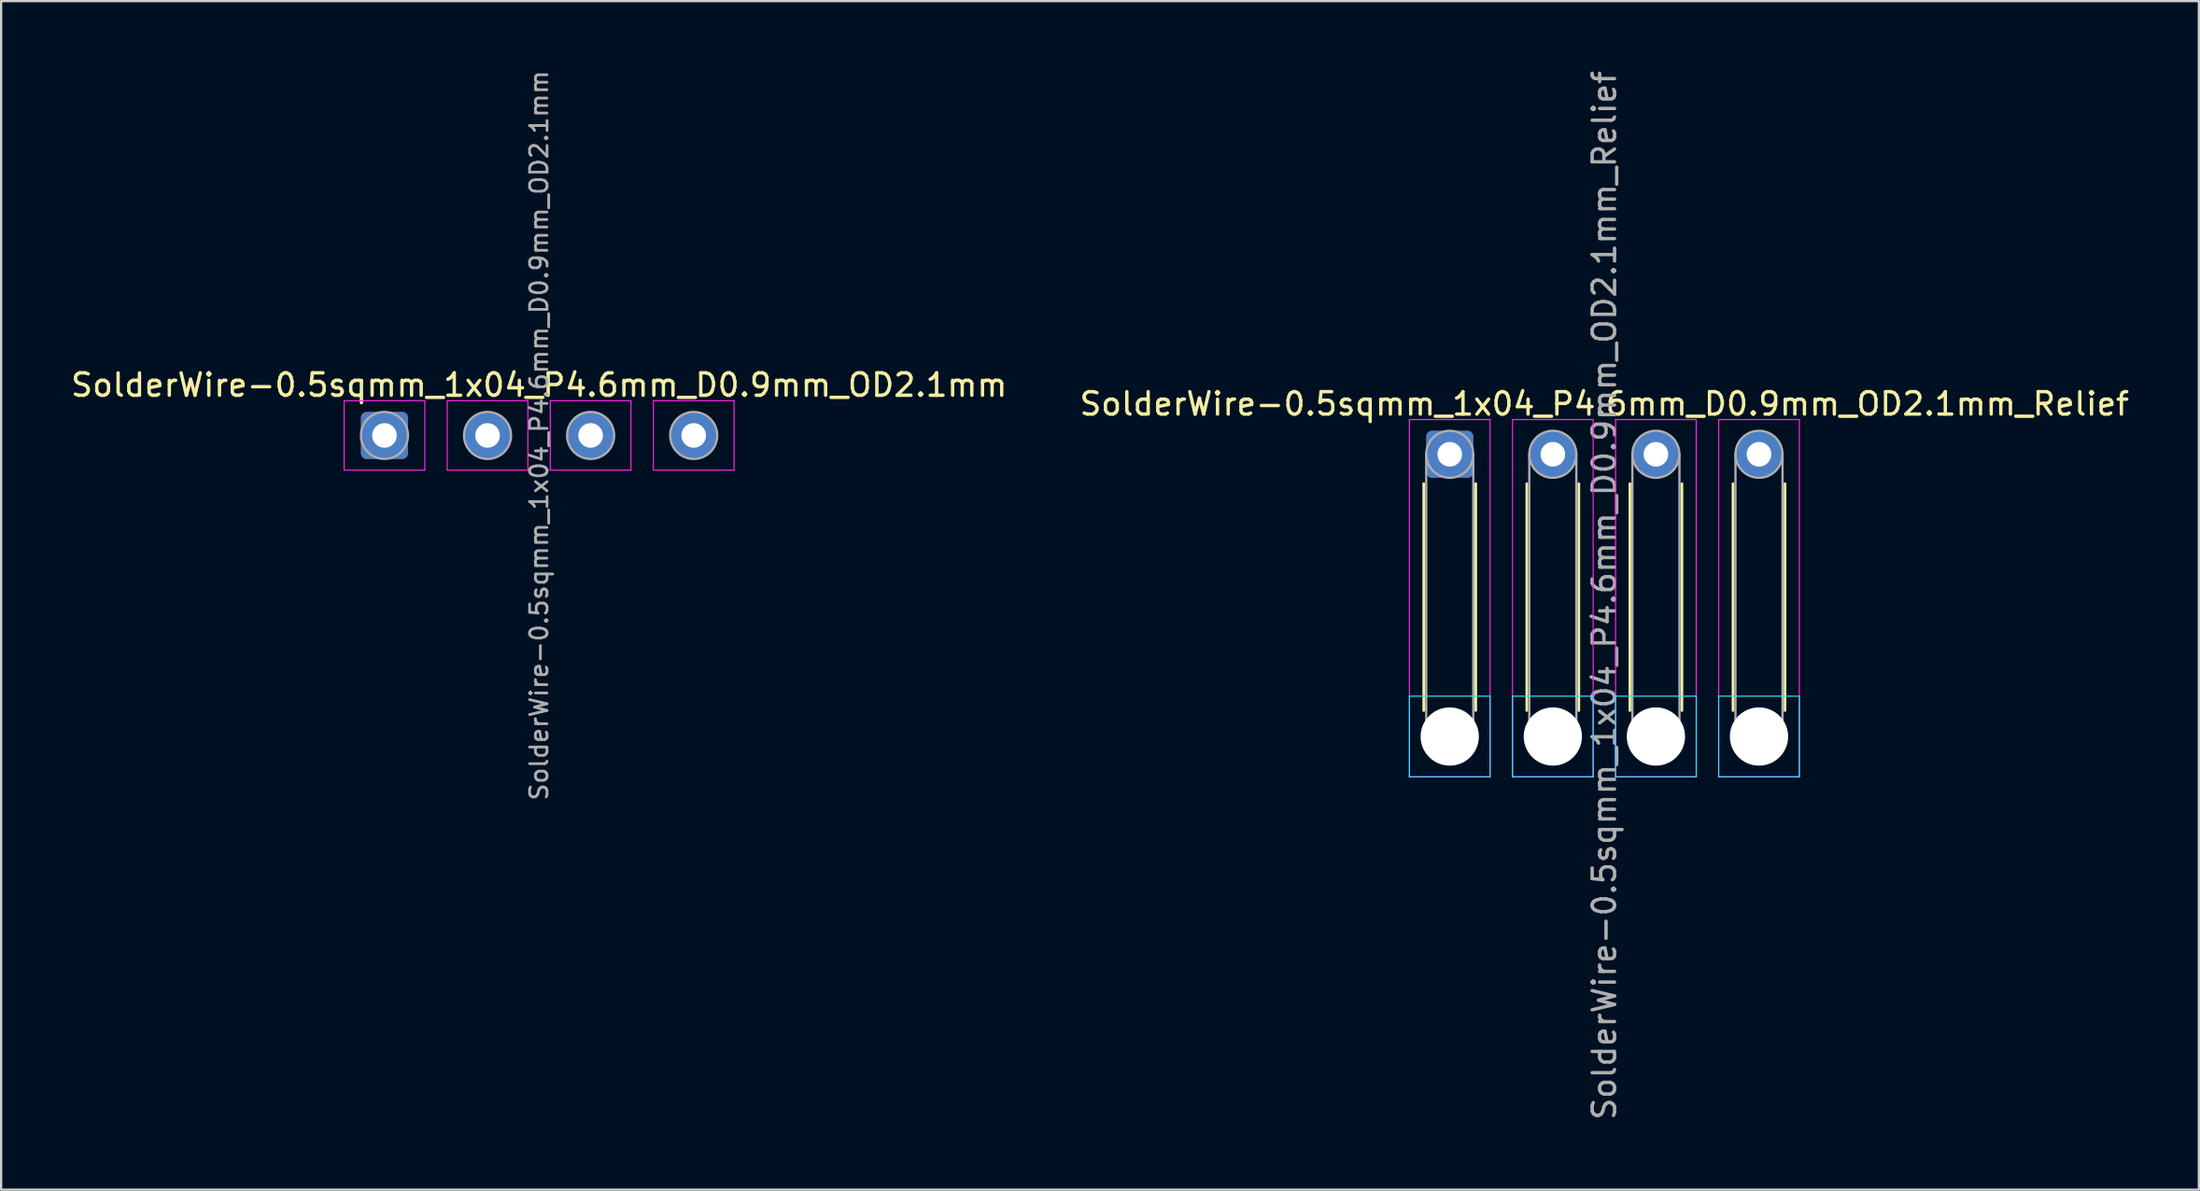
<source format=kicad_pcb>
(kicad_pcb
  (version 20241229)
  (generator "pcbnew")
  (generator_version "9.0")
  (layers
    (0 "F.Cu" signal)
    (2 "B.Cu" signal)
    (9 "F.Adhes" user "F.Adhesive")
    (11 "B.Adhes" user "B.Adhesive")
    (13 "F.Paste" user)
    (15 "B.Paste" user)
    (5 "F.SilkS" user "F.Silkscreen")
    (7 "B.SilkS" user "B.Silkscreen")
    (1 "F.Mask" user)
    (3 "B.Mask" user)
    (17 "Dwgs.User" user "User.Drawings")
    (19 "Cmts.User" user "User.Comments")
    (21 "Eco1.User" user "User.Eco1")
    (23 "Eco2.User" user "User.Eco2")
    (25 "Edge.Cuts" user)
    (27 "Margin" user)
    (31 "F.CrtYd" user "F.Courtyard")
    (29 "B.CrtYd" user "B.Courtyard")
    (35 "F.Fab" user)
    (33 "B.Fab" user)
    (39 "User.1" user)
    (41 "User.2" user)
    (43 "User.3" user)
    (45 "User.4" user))
  (footprint "SolderWire-0.5sqmm_1x04_P4.6mm_D0.9mm_OD2.1mm"
    (layer "F.Cu")
    (at 14.106 16.389)
    (property "Reference" "SolderWire-0.5sqmm_1x04_P4.6mm_D0.9mm_OD2.1mm" (at 6.9 -2.25 0) (layer "F.SilkS") (effects (font (size 1 1) (thickness 0.15))))
    (attr exclude_from_pos_files exclude_from_bom)
    (fp_line (start -1.8 -1.55) (end -1.8 1.55) (stroke (width 0.05) (type solid)) (layer "F.CrtYd"))
    (fp_line (start -1.8 1.55) (end 1.8 1.55) (stroke (width 0.05) (type solid)) (layer "F.CrtYd"))
    (fp_line (start 1.8 -1.55) (end -1.8 -1.55) (stroke (width 0.05) (type solid)) (layer "F.CrtYd"))
    (fp_line (start 1.8 1.55) (end 1.8 -1.55) (stroke (width 0.05) (type solid)) (layer "F.CrtYd"))
    (fp_line (start 2.8 -1.55) (end 2.8 1.55) (stroke (width 0.05) (type solid)) (layer "F.CrtYd"))
    (fp_line (start 2.8 1.55) (end 6.4 1.55) (stroke (width 0.05) (type solid)) (layer "F.CrtYd"))
    (fp_line (start 6.4 -1.55) (end 2.8 -1.55) (stroke (width 0.05) (type solid)) (layer "F.CrtYd"))
    (fp_line (start 6.4 1.55) (end 6.4 -1.55) (stroke (width 0.05) (type solid)) (layer "F.CrtYd"))
    (fp_line (start 7.4 -1.55) (end 7.4 1.55) (stroke (width 0.05) (type solid)) (layer "F.CrtYd"))
    (fp_line (start 7.4 1.55) (end 11 1.55) (stroke (width 0.05) (type solid)) (layer "F.CrtYd"))
    (fp_line (start 11 -1.55) (end 7.4 -1.55) (stroke (width 0.05) (type solid)) (layer "F.CrtYd"))
    (fp_line (start 11 1.55) (end 11 -1.55) (stroke (width 0.05) (type solid)) (layer "F.CrtYd"))
    (fp_line (start 12 -1.55) (end 12 1.55) (stroke (width 0.05) (type solid)) (layer "F.CrtYd"))
    (fp_line (start 12 1.55) (end 15.6 1.55) (stroke (width 0.05) (type solid)) (layer "F.CrtYd"))
    (fp_line (start 15.6 -1.55) (end 12 -1.55) (stroke (width 0.05) (type solid)) (layer "F.CrtYd"))
    (fp_line (start 15.6 1.55) (end 15.6 -1.55) (stroke (width 0.05) (type solid)) (layer "F.CrtYd"))
    (fp_circle (center 0 0) (end 1.05 0) (stroke (width 0.1) (type solid)) (fill no) (layer "F.Fab"))
    (fp_circle (center 4.6 0) (end 5.65 0) (stroke (width 0.1) (type solid)) (fill no) (layer "F.Fab"))
    (fp_circle (center 9.2 0) (end 10.25 0) (stroke (width 0.1) (type solid)) (fill no) (layer "F.Fab"))
    (fp_circle (center 13.8 0) (end 14.85 0) (stroke (width 0.1) (type solid)) (fill no) (layer "F.Fab"))
    (fp_text user "${REFERENCE}" (at 6.9 0 90) (layer "F.Fab") (effects (font (size 0.78 0.78) (thickness 0.12))))
    (pad "1" thru_hole roundrect (at 0 0) (size 2.1 2.1) (drill 1.1) (layers "*.Cu" "*.Mask") (roundrect_rratio 0.119))
    (pad "2" thru_hole circle (at 4.6 0) (size 2.1 2.1) (drill 1.1) (layers "*.Cu" "*.Mask"))
    (pad "3" thru_hole circle (at 9.2 0) (size 2.1 2.1) (drill 1.1) (layers "*.Cu" "*.Mask"))
    (pad "4" thru_hole circle (at 13.8 0) (size 2.1 2.1) (drill 1.1) (layers "*.Cu" "*.Mask")))
  (footprint "SolderWire-0.5sqmm_1x04_P4.6mm_D0.9mm_OD2.1mm_Relief"
    (layer "F.Cu")
    (at 61.642 17.23)
    (property "Reference" "SolderWire-0.5sqmm_1x04_P4.6mm_D0.9mm_OD2.1mm_Relief" (at 6.9 -2.25 0) (layer "F.SilkS") (effects (font (size 1 1) (thickness 0.15))))
    (attr exclude_from_pos_files exclude_from_bom)
    (fp_line (start -1.16 1.31) (end -1.16 11.44) (stroke (width 0.12) (type solid)) (layer "F.SilkS"))
    (fp_line (start 1.16 1.31) (end 1.16 11.44) (stroke (width 0.12) (type solid)) (layer "F.SilkS"))
    (fp_line (start 3.44 1.31) (end 3.44 11.44) (stroke (width 0.12) (type solid)) (layer "F.SilkS"))
    (fp_line (start 5.76 1.31) (end 5.76 11.44) (stroke (width 0.12) (type solid)) (layer "F.SilkS"))
    (fp_line (start 8.04 1.31) (end 8.04 11.44) (stroke (width 0.12) (type solid)) (layer "F.SilkS"))
    (fp_line (start 10.36 1.31) (end 10.36 11.44) (stroke (width 0.12) (type solid)) (layer "F.SilkS"))
    (fp_line (start 12.64 1.31) (end 12.64 11.44) (stroke (width 0.12) (type solid)) (layer "F.SilkS"))
    (fp_line (start 14.96 1.31) (end 14.96 11.44) (stroke (width 0.12) (type solid)) (layer "F.SilkS"))
    (fp_line (start -1.8 10.8) (end -1.8 14.4) (stroke (width 0.05) (type solid)) (layer "B.CrtYd"))
    (fp_line (start -1.8 14.4) (end 1.8 14.4) (stroke (width 0.05) (type solid)) (layer "B.CrtYd"))
    (fp_line (start 1.8 10.8) (end -1.8 10.8) (stroke (width 0.05) (type solid)) (layer "B.CrtYd"))
    (fp_line (start 1.8 14.4) (end 1.8 10.8) (stroke (width 0.05) (type solid)) (layer "B.CrtYd"))
    (fp_line (start 2.8 10.8) (end 2.8 14.4) (stroke (width 0.05) (type solid)) (layer "B.CrtYd"))
    (fp_line (start 2.8 14.4) (end 6.4 14.4) (stroke (width 0.05) (type solid)) (layer "B.CrtYd"))
    (fp_line (start 6.4 10.8) (end 2.8 10.8) (stroke (width 0.05) (type solid)) (layer "B.CrtYd"))
    (fp_line (start 6.4 14.4) (end 6.4 10.8) (stroke (width 0.05) (type solid)) (layer "B.CrtYd"))
    (fp_line (start 7.4 10.8) (end 7.4 14.4) (stroke (width 0.05) (type solid)) (layer "B.CrtYd"))
    (fp_line (start 7.4 14.4) (end 11 14.4) (stroke (width 0.05) (type solid)) (layer "B.CrtYd"))
    (fp_line (start 11 10.8) (end 7.4 10.8) (stroke (width 0.05) (type solid)) (layer "B.CrtYd"))
    (fp_line (start 11 14.4) (end 11 10.8) (stroke (width 0.05) (type solid)) (layer "B.CrtYd"))
    (fp_line (start 12 10.8) (end 12 14.4) (stroke (width 0.05) (type solid)) (layer "B.CrtYd"))
    (fp_line (start 12 14.4) (end 15.6 14.4) (stroke (width 0.05) (type solid)) (layer "B.CrtYd"))
    (fp_line (start 15.6 10.8) (end 12 10.8) (stroke (width 0.05) (type solid)) (layer "B.CrtYd"))
    (fp_line (start 15.6 14.4) (end 15.6 10.8) (stroke (width 0.05) (type solid)) (layer "B.CrtYd"))
    (fp_line (start -1.8 -1.55) (end -1.8 14.4) (stroke (width 0.05) (type solid)) (layer "F.CrtYd"))
    (fp_line (start -1.8 14.4) (end 1.8 14.4) (stroke (width 0.05) (type solid)) (layer "F.CrtYd"))
    (fp_line (start 1.8 -1.55) (end -1.8 -1.55) (stroke (width 0.05) (type solid)) (layer "F.CrtYd"))
    (fp_line (start 1.8 14.4) (end 1.8 -1.55) (stroke (width 0.05) (type solid)) (layer "F.CrtYd"))
    (fp_line (start 2.8 -1.55) (end 2.8 14.4) (stroke (width 0.05) (type solid)) (layer "F.CrtYd"))
    (fp_line (start 2.8 14.4) (end 6.4 14.4) (stroke (width 0.05) (type solid)) (layer "F.CrtYd"))
    (fp_line (start 6.4 -1.55) (end 2.8 -1.55) (stroke (width 0.05) (type solid)) (layer "F.CrtYd"))
    (fp_line (start 6.4 14.4) (end 6.4 -1.55) (stroke (width 0.05) (type solid)) (layer "F.CrtYd"))
    (fp_line (start 7.4 -1.55) (end 7.4 14.4) (stroke (width 0.05) (type solid)) (layer "F.CrtYd"))
    (fp_line (start 7.4 14.4) (end 11 14.4) (stroke (width 0.05) (type solid)) (layer "F.CrtYd"))
    (fp_line (start 11 -1.55) (end 7.4 -1.55) (stroke (width 0.05) (type solid)) (layer "F.CrtYd"))
    (fp_line (start 11 14.4) (end 11 -1.55) (stroke (width 0.05) (type solid)) (layer "F.CrtYd"))
    (fp_line (start 12 -1.55) (end 12 14.4) (stroke (width 0.05) (type solid)) (layer "F.CrtYd"))
    (fp_line (start 12 14.4) (end 15.6 14.4) (stroke (width 0.05) (type solid)) (layer "F.CrtYd"))
    (fp_line (start 15.6 -1.55) (end 12 -1.55) (stroke (width 0.05) (type solid)) (layer "F.CrtYd"))
    (fp_line (start 15.6 14.4) (end 15.6 -1.55) (stroke (width 0.05) (type solid)) (layer "F.CrtYd"))
    (fp_line (start -1.05 0) (end -1.05 12.6) (stroke (width 0.1) (type solid)) (layer "F.Fab"))
    (fp_line (start 1.05 0) (end 1.05 12.6) (stroke (width 0.1) (type solid)) (layer "F.Fab"))
    (fp_line (start 3.55 0) (end 3.55 12.6) (stroke (width 0.1) (type solid)) (layer "F.Fab"))
    (fp_line (start 5.65 0) (end 5.65 12.6) (stroke (width 0.1) (type solid)) (layer "F.Fab"))
    (fp_line (start 8.15 0) (end 8.15 12.6) (stroke (width 0.1) (type solid)) (layer "F.Fab"))
    (fp_line (start 10.25 0) (end 10.25 12.6) (stroke (width 0.1) (type solid)) (layer "F.Fab"))
    (fp_line (start 12.75 0) (end 12.75 12.6) (stroke (width 0.1) (type solid)) (layer "F.Fab"))
    (fp_line (start 14.85 0) (end 14.85 12.6) (stroke (width 0.1) (type solid)) (layer "F.Fab"))
    (fp_circle (center 0 0) (end 1.05 0) (stroke (width 0.1) (type solid)) (fill no) (layer "F.Fab"))
    (fp_circle (center 0 12.6) (end 1.05 12.6) (stroke (width 0.1) (type solid)) (fill no) (layer "F.Fab"))
    (fp_circle (center 4.6 0) (end 5.65 0) (stroke (width 0.1) (type solid)) (fill no) (layer "F.Fab"))
    (fp_circle (center 4.6 12.6) (end 5.65 12.6) (stroke (width 0.1) (type solid)) (fill no) (layer "F.Fab"))
    (fp_circle (center 9.2 0) (end 10.25 0) (stroke (width 0.1) (type solid)) (fill no) (layer "F.Fab"))
    (fp_circle (center 9.2 12.6) (end 10.25 12.6) (stroke (width 0.1) (type solid)) (fill no) (layer "F.Fab"))
    (fp_circle (center 13.8 0) (end 14.85 0) (stroke (width 0.1) (type solid)) (fill no) (layer "F.Fab"))
    (fp_circle (center 13.8 12.6) (end 14.85 12.6) (stroke (width 0.1) (type solid)) (fill no) (layer "F.Fab"))
    (fp_text user "${REFERENCE}" (at 6.9 6.3 90) (layer "F.Fab") (effects (font (size 1 1) (thickness 0.15))))
    (pad "" np_thru_hole circle (at 0 12.6) (size 2.6 2.6) (drill 2.6) (layers "*.Cu" "*.Mask"))
    (pad "" np_thru_hole circle (at 4.6 12.6) (size 2.6 2.6) (drill 2.6) (layers "*.Cu" "*.Mask"))
    (pad "" np_thru_hole circle (at 9.2 12.6) (size 2.6 2.6) (drill 2.6) (layers "*.Cu" "*.Mask"))
    (pad "" np_thru_hole circle (at 13.8 12.6) (size 2.6 2.6) (drill 2.6) (layers "*.Cu" "*.Mask"))
    (pad "1" thru_hole roundrect (at 0 0) (size 2.1 2.1) (drill 1.1) (layers "*.Cu" "*.Mask") (roundrect_rratio 0.119))
    (pad "2" thru_hole circle (at 4.6 0) (size 2.1 2.1) (drill 1.1) (layers "*.Cu" "*.Mask"))
    (pad "3" thru_hole circle (at 9.2 0) (size 2.1 2.1) (drill 1.1) (layers "*.Cu" "*.Mask"))
    (pad "4" thru_hole circle (at 13.8 0) (size 2.1 2.1) (drill 1.1) (layers "*.Cu" "*.Mask")))
  (gr_rect
    (start -3 -3)
    (end 95.071 50.06)
    (stroke (width 0.1) (type default))
    (fill no)
    (layer "Edge.Cuts")))
</source>
